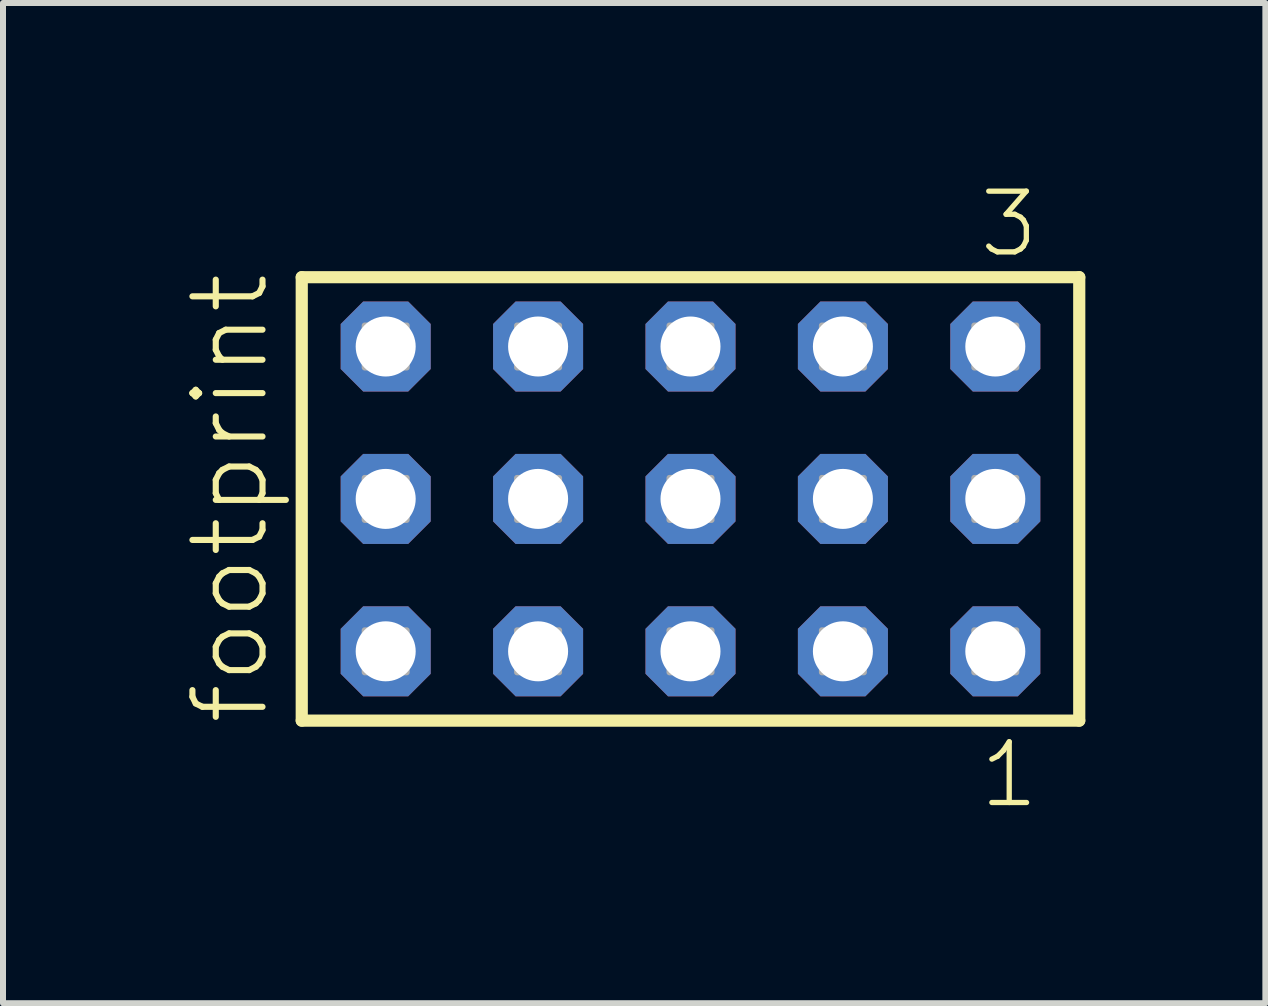
<source format=kicad_pcb>
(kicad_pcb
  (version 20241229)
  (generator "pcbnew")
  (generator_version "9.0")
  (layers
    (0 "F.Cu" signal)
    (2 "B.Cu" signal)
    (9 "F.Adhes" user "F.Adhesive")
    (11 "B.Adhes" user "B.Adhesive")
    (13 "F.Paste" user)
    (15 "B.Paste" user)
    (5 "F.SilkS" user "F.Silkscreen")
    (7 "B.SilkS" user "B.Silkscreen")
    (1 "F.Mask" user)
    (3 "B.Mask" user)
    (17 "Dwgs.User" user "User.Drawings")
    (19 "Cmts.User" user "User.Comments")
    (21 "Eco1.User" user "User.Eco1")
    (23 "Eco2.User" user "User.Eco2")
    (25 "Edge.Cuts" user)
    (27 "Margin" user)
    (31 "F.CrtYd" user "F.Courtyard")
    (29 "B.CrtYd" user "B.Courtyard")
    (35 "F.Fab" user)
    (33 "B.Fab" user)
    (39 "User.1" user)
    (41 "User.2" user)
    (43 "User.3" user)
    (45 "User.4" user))
  (footprint "footprint"
    (layer "F.Cu")
    (at 8.458 5.265)
    (property "Reference" "footprint" (at -6.985 3.81 90) (layer "F.SilkS") (effects (font (size 1.168 1.168) (thickness 0.102)) (justify left bottom)))
    (fp_line (start -6.479 -3.695) (end 6.479 -3.695) (stroke (width 0.203) (type solid)) (layer "F.SilkS"))
    (fp_line (start -6.479 3.695) (end -6.479 -3.695) (stroke (width 0.203) (type solid)) (layer "F.SilkS"))
    (fp_line (start 6.479 -3.695) (end 6.479 3.695) (stroke (width 0.203) (type solid)) (layer "F.SilkS"))
    (fp_line (start 6.479 3.695) (end -6.479 3.695) (stroke (width 0.203) (type solid)) (layer "F.SilkS"))
    (fp_poly (pts (xy -5.43 -2.19) (xy -4.73 -2.19) (xy -4.73 -2.89) (xy -5.43 -2.89)) (stroke (width 0.1) (type solid)) (fill no) (layer "F.Fab"))
    (fp_poly (pts (xy -5.43 0.35) (xy -4.73 0.35) (xy -4.73 -0.35) (xy -5.43 -0.35)) (stroke (width 0.1) (type solid)) (fill no) (layer "F.Fab"))
    (fp_poly (pts (xy -5.43 2.89) (xy -4.73 2.89) (xy -4.73 2.19) (xy -5.43 2.19)) (stroke (width 0.1) (type solid)) (fill no) (layer "F.Fab"))
    (fp_poly (pts (xy -2.89 -2.19) (xy -2.19 -2.19) (xy -2.19 -2.89) (xy -2.89 -2.89)) (stroke (width 0.1) (type solid)) (fill no) (layer "F.Fab"))
    (fp_poly (pts (xy -2.89 0.35) (xy -2.19 0.35) (xy -2.19 -0.35) (xy -2.89 -0.35)) (stroke (width 0.1) (type solid)) (fill no) (layer "F.Fab"))
    (fp_poly (pts (xy -2.89 2.89) (xy -2.19 2.89) (xy -2.19 2.19) (xy -2.89 2.19)) (stroke (width 0.1) (type solid)) (fill no) (layer "F.Fab"))
    (fp_poly (pts (xy -0.35 -2.19) (xy 0.35 -2.19) (xy 0.35 -2.89) (xy -0.35 -2.89)) (stroke (width 0.1) (type solid)) (fill no) (layer "F.Fab"))
    (fp_poly (pts (xy -0.35 0.35) (xy 0.35 0.35) (xy 0.35 -0.35) (xy -0.35 -0.35)) (stroke (width 0.1) (type solid)) (fill no) (layer "F.Fab"))
    (fp_poly (pts (xy -0.35 2.89) (xy 0.35 2.89) (xy 0.35 2.19) (xy -0.35 2.19)) (stroke (width 0.1) (type solid)) (fill no) (layer "F.Fab"))
    (fp_poly (pts (xy 2.19 -2.19) (xy 2.89 -2.19) (xy 2.89 -2.89) (xy 2.19 -2.89)) (stroke (width 0.1) (type solid)) (fill no) (layer "F.Fab"))
    (fp_poly (pts (xy 2.19 0.35) (xy 2.89 0.35) (xy 2.89 -0.35) (xy 2.19 -0.35)) (stroke (width 0.1) (type solid)) (fill no) (layer "F.Fab"))
    (fp_poly (pts (xy 2.19 2.89) (xy 2.89 2.89) (xy 2.89 2.19) (xy 2.19 2.19)) (stroke (width 0.1) (type solid)) (fill no) (layer "F.Fab"))
    (fp_poly (pts (xy 4.73 -2.19) (xy 5.43 -2.19) (xy 5.43 -2.89) (xy 4.73 -2.89)) (stroke (width 0.1) (type solid)) (fill no) (layer "F.Fab"))
    (fp_poly (pts (xy 4.73 0.35) (xy 5.43 0.35) (xy 5.43 -0.35) (xy 4.73 -0.35)) (stroke (width 0.1) (type solid)) (fill no) (layer "F.Fab"))
    (fp_poly (pts (xy 4.73 2.89) (xy 5.43 2.89) (xy 5.43 2.19) (xy 4.73 2.19)) (stroke (width 0.1) (type solid)) (fill no) (layer "F.Fab"))
    (fp_text user "1" (at 4.772 5.188 0) (layer "F.SilkS") (effects (font (size 1.012 1.012) (thickness 0.088)) (justify left bottom)))
    (fp_text user "3" (at 4.768 -3.989 0) (layer "F.SilkS") (effects (font (size 1.012 1.012) (thickness 0.088)) (justify left bottom)))
    (pad "1" thru_hole roundrect (at 5.08 2.54 180) (size 1.5 1.5) (drill 1) (layers "*.Cu" "*.Mask") (roundrect_rratio 0.25) (chamfer_ratio 0.25) (chamfer top_left top_right bottom_left bottom_right))
    (pad "2" thru_hole roundrect (at 5.08 0 180) (size 1.5 1.5) (drill 1) (layers "*.Cu" "*.Mask") (roundrect_rratio 0.25) (chamfer_ratio 0.25) (chamfer top_left top_right bottom_left bottom_right))
    (pad "3" thru_hole roundrect (at 5.08 -2.54 180) (size 1.5 1.5) (drill 1) (layers "*.Cu" "*.Mask") (roundrect_rratio 0.25) (chamfer_ratio 0.25) (chamfer top_left top_right bottom_left bottom_right))
    (pad "4" thru_hole roundrect (at 2.54 2.54 180) (size 1.5 1.5) (drill 1) (layers "*.Cu" "*.Mask") (roundrect_rratio 0.25) (chamfer_ratio 0.25) (chamfer top_left top_right bottom_left bottom_right))
    (pad "5" thru_hole roundrect (at 2.54 0 180) (size 1.5 1.5) (drill 1) (layers "*.Cu" "*.Mask") (roundrect_rratio 0.25) (chamfer_ratio 0.25) (chamfer top_left top_right bottom_left bottom_right))
    (pad "6" thru_hole roundrect (at 2.54 -2.54 180) (size 1.5 1.5) (drill 1) (layers "*.Cu" "*.Mask") (roundrect_rratio 0.25) (chamfer_ratio 0.25) (chamfer top_left top_right bottom_left bottom_right))
    (pad "7" thru_hole roundrect (at 0 2.54 180) (size 1.5 1.5) (drill 1) (layers "*.Cu" "*.Mask") (roundrect_rratio 0.25) (chamfer_ratio 0.25) (chamfer top_left top_right bottom_left bottom_right))
    (pad "8" thru_hole roundrect (at 0 0 180) (size 1.5 1.5) (drill 1) (layers "*.Cu" "*.Mask") (roundrect_rratio 0.25) (chamfer_ratio 0.25) (chamfer top_left top_right bottom_left bottom_right))
    (pad "9" thru_hole roundrect (at 0 -2.54 180) (size 1.5 1.5) (drill 1) (layers "*.Cu" "*.Mask") (roundrect_rratio 0.25) (chamfer_ratio 0.25) (chamfer top_left top_right bottom_left bottom_right))
    (pad "10" thru_hole roundrect (at -2.54 2.54 180) (size 1.5 1.5) (drill 1) (layers "*.Cu" "*.Mask") (roundrect_rratio 0.25) (chamfer_ratio 0.25) (chamfer top_left top_right bottom_left bottom_right))
    (pad "11" thru_hole roundrect (at -2.54 0 180) (size 1.5 1.5) (drill 1) (layers "*.Cu" "*.Mask") (roundrect_rratio 0.25) (chamfer_ratio 0.25) (chamfer top_left top_right bottom_left bottom_right))
    (pad "12" thru_hole roundrect (at -2.54 -2.54 180) (size 1.5 1.5) (drill 1) (layers "*.Cu" "*.Mask") (roundrect_rratio 0.25) (chamfer_ratio 0.25) (chamfer top_left top_right bottom_left bottom_right))
    (pad "13" thru_hole roundrect (at -5.08 2.54 180) (size 1.5 1.5) (drill 1) (layers "*.Cu" "*.Mask") (roundrect_rratio 0.25) (chamfer_ratio 0.25) (chamfer top_left top_right bottom_left bottom_right))
    (pad "14" thru_hole roundrect (at -5.08 0 180) (size 1.5 1.5) (drill 1) (layers "*.Cu" "*.Mask") (roundrect_rratio 0.25) (chamfer_ratio 0.25) (chamfer top_left top_right bottom_left bottom_right))
    (pad "15" thru_hole roundrect (at -5.08 -2.54 180) (size 1.5 1.5) (drill 1) (layers "*.Cu" "*.Mask") (roundrect_rratio 0.25) (chamfer_ratio 0.25) (chamfer top_left top_right bottom_left bottom_right)))
  (gr_rect
    (start -3 -3)
    (end 18.039 13.67)
    (stroke (width 0.1) (type default))
    (fill no)
    (layer "Edge.Cuts")))
</source>
